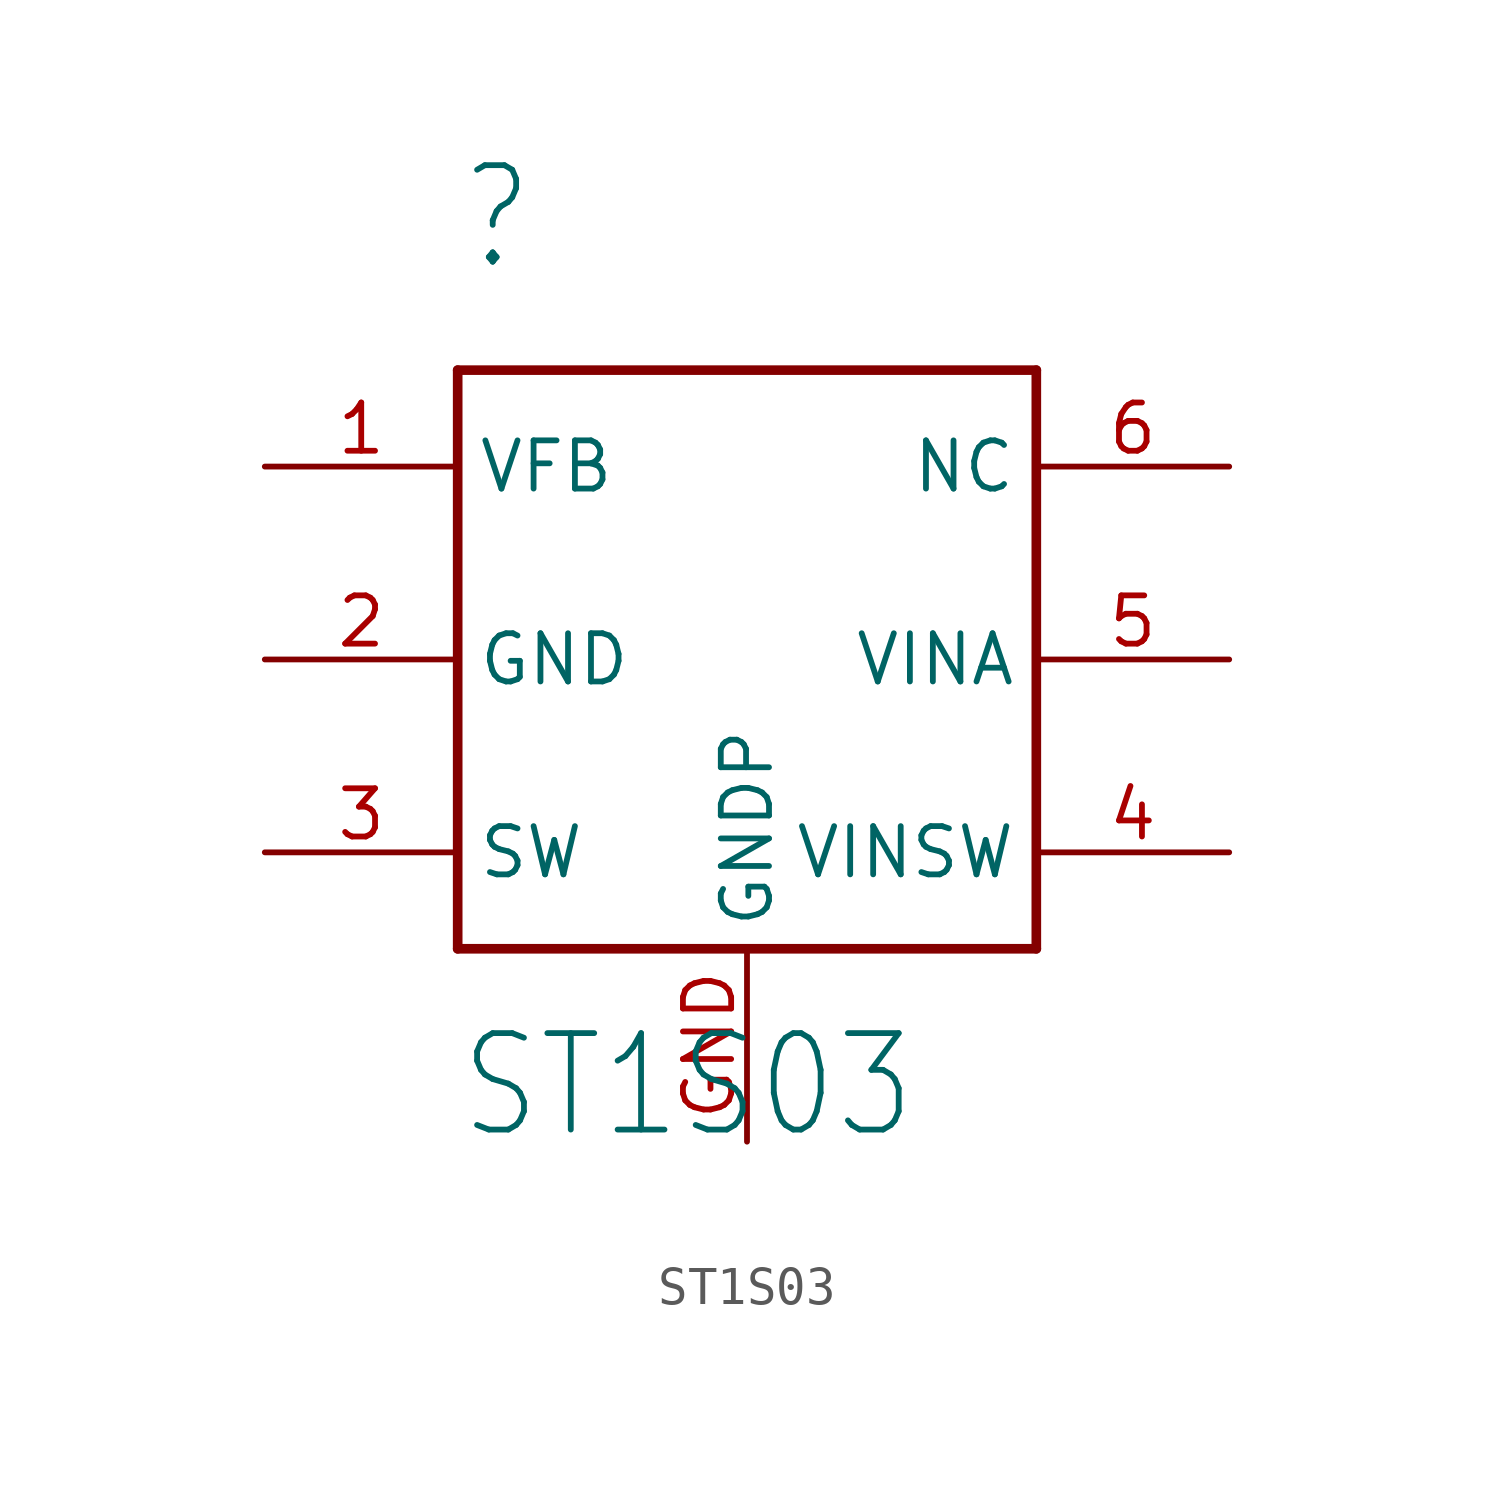
<source format=kicad_sym>
(kicad_symbol_lib
  (version 20211014)
  (generator kicad_symbol_editor)
  (symbol "ST1S03"
    (property "Reference" ""
      (at -7.62 10.16 0)
      (effects (font (size 2.54 2.159)) (justify left bottom)))
    (property "Value" "ST1S03"
      (at -7.62 -12.7 0)
      (effects (font (size 2.54 2.159)) (justify left bottom)))
    (property "ki_locked" ""
      (at 0 0 0)
      (effects (font (size 1.27 1.27))))
    (symbol "ST1S03_1_0"
      (polyline (pts (xy -7.62 -7.62) (xy 7.62 -7.62)) (stroke (width 0.254) (type default) (color 0 0 0 0)) (fill (type none)))
      (polyline (pts (xy -7.62 7.62) (xy -7.62 -7.62)) (stroke (width 0.254) (type default) (color 0 0 0 0)) (fill (type none)))
      (polyline (pts (xy 7.62 -7.62) (xy 7.62 7.62)) (stroke (width 0.254) (type default) (color 0 0 0 0)) (fill (type none)))
      (polyline (pts (xy 7.62 7.62) (xy -7.62 7.62)) (stroke (width 0.254) (type default) (color 0 0 0 0)) (fill (type none)))
      (pin bidirectional line (at -12.7 5.08 0) (length 5.08) (name "VFB" (effects (font (size 1.27 1.27)))) (number "1" (effects (font (size 1.27 1.27)))))
      (pin bidirectional line (at -12.7 0 0) (length 5.08) (name "GND" (effects (font (size 1.27 1.27)))) (number "2" (effects (font (size 1.27 1.27)))))
      (pin bidirectional line (at -12.7 -5.08 0) (length 5.08) (name "SW" (effects (font (size 1.27 1.27)))) (number "3" (effects (font (size 1.27 1.27)))))
      (pin bidirectional line (at 12.7 -5.08 180) (length 5.08) (name "VINSW" (effects (font (size 1.27 1.27)))) (number "4" (effects (font (size 1.27 1.27)))))
      (pin bidirectional line (at 12.7 0 180) (length 5.08) (name "VINA" (effects (font (size 1.27 1.27)))) (number "5" (effects (font (size 1.27 1.27)))))
      (pin bidirectional line (at 12.7 5.08 180) (length 5.08) (name "NC" (effects (font (size 1.27 1.27)))) (number "6" (effects (font (size 1.27 1.27)))))
      (pin bidirectional line (at 0 -12.7 90) (length 5.08) (name "GNDP" (effects (font (size 1.27 1.27)))) (number "GND" (effects (font (size 1.27 1.27))))))))
</source>
